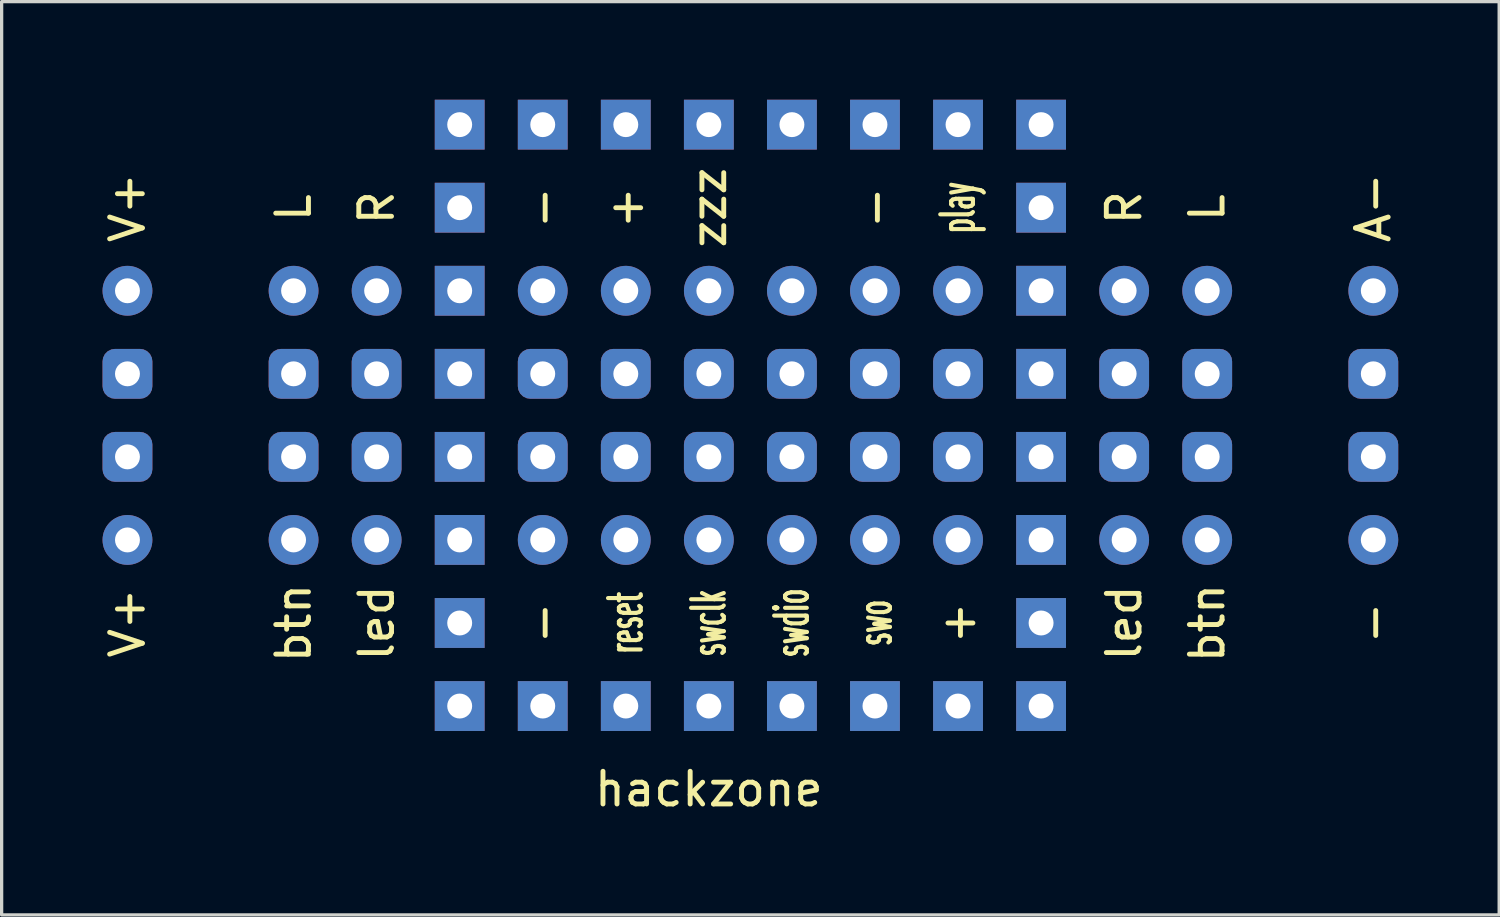
<source format=kicad_pcb>
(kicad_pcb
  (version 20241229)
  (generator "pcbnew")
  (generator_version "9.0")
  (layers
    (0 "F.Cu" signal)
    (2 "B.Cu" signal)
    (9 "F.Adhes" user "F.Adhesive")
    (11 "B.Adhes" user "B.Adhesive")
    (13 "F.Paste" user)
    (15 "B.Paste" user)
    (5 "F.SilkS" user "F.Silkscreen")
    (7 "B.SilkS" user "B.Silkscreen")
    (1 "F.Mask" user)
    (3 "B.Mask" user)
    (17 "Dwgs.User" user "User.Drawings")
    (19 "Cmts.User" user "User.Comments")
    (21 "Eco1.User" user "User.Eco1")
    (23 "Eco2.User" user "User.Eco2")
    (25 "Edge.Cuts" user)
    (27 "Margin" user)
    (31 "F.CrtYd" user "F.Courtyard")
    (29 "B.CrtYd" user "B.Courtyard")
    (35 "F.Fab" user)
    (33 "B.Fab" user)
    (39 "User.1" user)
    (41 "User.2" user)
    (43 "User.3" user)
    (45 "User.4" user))
  (footprint "hackzone"
    (layer "F.Cu")
    (at 19.898 9.652)
    (property "Reference" "hackzone" (at -1.27 11.43 0) (layer "F.SilkS") (effects (font (size 1 1) (thickness 0.15))))
    (attr through_hole)
    (fp_text user "led" (at 11.43 6.35 90) (layer "F.SilkS") (effects (font (size 1 1) (thickness 0.15))))
    (fp_text user "swo" (at 3.81 6.35 90) (layer "F.SilkS") (effects (font (size 1 0.5) (thickness 0.125))))
    (fp_text user "V+" (at -19.05 6.35 90) (layer "F.SilkS") (effects (font (size 1 1) (thickness 0.15))))
    (fp_text user "R" (at 11.43 -6.35 90) (layer "F.SilkS") (effects (font (size 1 1) (thickness 0.15))))
    (fp_text user "led" (at -11.43 6.35 90) (layer "F.SilkS") (effects (font (size 1 1) (thickness 0.15))))
    (fp_text user "-" (at -6.35 6.35 90) (layer "F.SilkS") (effects (font (size 1 1) (thickness 0.15))))
    (fp_text user "+" (at -3.81 -6.35 90) (layer "F.SilkS") (effects (font (size 1 1) (thickness 0.15))))
    (fp_text user "-" (at -6.35 -6.35 90) (layer "F.SilkS") (effects (font (size 1 1) (thickness 0.15))))
    (fp_text user "+" (at 6.35 6.35 90) (layer "F.SilkS") (effects (font (size 1 1) (thickness 0.15))))
    (fp_text user "swdio" (at 1.27 6.35 90) (layer "F.SilkS") (effects (font (size 1 0.5) (thickness 0.125))))
    (fp_text user "L" (at 13.97 -6.35 270) (layer "F.SilkS") (effects (font (size 1 1) (thickness 0.15))))
    (fp_text user "-" (at 3.81 -6.35 90) (layer "F.SilkS") (effects (font (size 1 1) (thickness 0.15))))
    (fp_text user "-" (at 19.05 6.35 90) (layer "F.SilkS") (effects (font (size 1 1) (thickness 0.15))))
    (fp_text user "zzz" (at -1.27 -6.35 90) (layer "F.SilkS") (effects (font (size 1 1) (thickness 0.15))))
    (fp_text user "btn" (at 13.97 6.35 90) (layer "F.SilkS") (effects (font (size 1 1) (thickness 0.15))))
    (fp_text user "btn" (at -13.97 6.35 90) (layer "F.SilkS") (effects (font (size 1 1) (thickness 0.15))))
    (fp_text user "play" (at 6.35 -6.35 90) (layer "F.SilkS") (effects (font (size 1 0.5) (thickness 0.125))))
    (fp_text user "reset" (at -3.81 6.35 90) (layer "F.SilkS") (effects (font (size 1 0.5) (thickness 0.125))))
    (fp_text user "L" (at -13.97 -6.35 90) (layer "F.SilkS") (effects (font (size 1 1) (thickness 0.15))))
    (fp_text user "A-" (at 19.05 -6.35 90) (layer "F.SilkS") (effects (font (size 1 1) (thickness 0.15))))
    (fp_text user "swclk" (at -1.27 6.35 90) (layer "F.SilkS") (effects (font (size 1 0.5) (thickness 0.125))))
    (fp_text user "V+" (at -19.05 -6.35 90) (layer "F.SilkS") (effects (font (size 1 1) (thickness 0.15))))
    (fp_text user "R" (at -11.43 -6.35 90) (layer "F.SilkS") (effects (font (size 1 1) (thickness 0.15))))
    (pad "1" thru_hole roundrect (at -6.35 1.27) (size 1.524 1.524) (drill 0.762) (layers "*.Cu" "*.Mask") (roundrect_rratio 0.25))
    (pad "2" thru_hole roundrect (at -6.35 -1.27) (size 1.524 1.524) (drill 0.762) (layers "*.Cu" "*.Mask") (roundrect_rratio 0.25))
    (pad "3" thru_hole roundrect (at -3.81 1.27) (size 1.524 1.524) (drill 0.762) (layers "*.Cu" "*.Mask") (roundrect_rratio 0.25))
    (pad "4" thru_hole roundrect (at -3.81 -1.27) (size 1.524 1.524) (drill 0.762) (layers "*.Cu" "*.Mask") (roundrect_rratio 0.25))
    (pad "5" thru_hole roundrect (at -1.27 1.27) (size 1.524 1.524) (drill 0.762) (layers "*.Cu" "*.Mask") (roundrect_rratio 0.25))
    (pad "6" thru_hole roundrect (at -1.27 -1.27) (size 1.524 1.524) (drill 0.762) (layers "*.Cu" "*.Mask") (roundrect_rratio 0.25))
    (pad "7" thru_hole roundrect (at 1.27 1.27) (size 1.524 1.524) (drill 0.762) (layers "*.Cu" "*.Mask") (roundrect_rratio 0.25))
    (pad "8" thru_hole roundrect (at 1.27 -1.27) (size 1.524 1.524) (drill 0.762) (layers "*.Cu" "*.Mask") (roundrect_rratio 0.25))
    (pad "9" thru_hole roundrect (at 3.81 1.27) (size 1.524 1.524) (drill 0.762) (layers "*.Cu" "*.Mask") (roundrect_rratio 0.25))
    (pad "10" thru_hole roundrect (at 3.81 -1.27) (size 1.524 1.524) (drill 0.762) (layers "*.Cu" "*.Mask") (roundrect_rratio 0.25))
    (pad "11" thru_hole roundrect (at 6.35 1.27) (size 1.524 1.524) (drill 0.762) (layers "*.Cu" "*.Mask") (roundrect_rratio 0.25))
    (pad "12" thru_hole roundrect (at 6.35 -1.27) (size 1.524 1.524) (drill 0.762) (layers "*.Cu" "*.Mask") (roundrect_rratio 0.25))
    (pad "13" thru_hole roundrect (at -11.43 -1.27) (size 1.524 1.524) (drill 0.762) (layers "*.Cu" "*.Mask") (roundrect_rratio 0.25))
    (pad "14" thru_hole roundrect (at -13.97 -1.27) (size 1.524 1.524) (drill 0.762) (layers "*.Cu" "*.Mask") (roundrect_rratio 0.25))
    (pad "15" thru_hole roundrect (at -11.43 1.27) (size 1.524 1.524) (drill 0.762) (layers "*.Cu" "*.Mask") (roundrect_rratio 0.25))
    (pad "16" thru_hole roundrect (at -13.97 1.27) (size 1.524 1.524) (drill 0.762) (layers "*.Cu" "*.Mask") (roundrect_rratio 0.25))
    (pad "17" thru_hole roundrect (at -19.05 1.27) (size 1.524 1.524) (drill 0.762) (layers "*.Cu" "*.Mask") (roundrect_rratio 0.25))
    (pad "18" thru_hole roundrect (at -19.05 -1.27) (size 1.524 1.524) (drill 0.762) (layers "*.Cu" "*.Mask") (roundrect_rratio 0.25))
    (pad "19" thru_hole roundrect (at 11.43 -1.27) (size 1.524 1.524) (drill 0.762) (layers "*.Cu" "*.Mask") (roundrect_rratio 0.25))
    (pad "20" thru_hole roundrect (at 13.97 -1.27) (size 1.524 1.524) (drill 0.762) (layers "*.Cu" "*.Mask") (roundrect_rratio 0.25))
    (pad "21" thru_hole roundrect (at 13.97 1.27) (size 1.524 1.524) (drill 0.762) (layers "*.Cu" "*.Mask") (roundrect_rratio 0.25))
    (pad "22" thru_hole roundrect (at 11.43 1.27) (size 1.524 1.524) (drill 0.762) (layers "*.Cu" "*.Mask") (roundrect_rratio 0.25))
    (pad "23" thru_hole roundrect (at 19.05 1.27) (size 1.524 1.524) (drill 0.762) (layers "*.Cu" "*.Mask") (roundrect_rratio 0.25))
    (pad "24" thru_hole roundrect (at 19.05 -1.27) (size 1.524 1.524) (drill 0.762) (layers "*.Cu" "*.Mask") (roundrect_rratio 0.25))
    (pad "26" thru_hole circle (at -6.35 3.81) (size 1.524 1.524) (drill 0.762) (layers "*.Cu" "*.Mask"))
    (pad "27" thru_hole circle (at -6.35 -3.81) (size 1.524 1.524) (drill 0.762) (layers "*.Cu" "*.Mask"))
    (pad "28" thru_hole circle (at -3.81 3.81) (size 1.524 1.524) (drill 0.762) (layers "*.Cu" "*.Mask"))
    (pad "29" thru_hole circle (at -3.81 -3.81) (size 1.524 1.524) (drill 0.762) (layers "*.Cu" "*.Mask"))
    (pad "30" thru_hole circle (at -1.27 3.81) (size 1.524 1.524) (drill 0.762) (layers "*.Cu" "*.Mask"))
    (pad "31" thru_hole circle (at -1.27 -3.81) (size 1.524 1.524) (drill 0.762) (layers "*.Cu" "*.Mask"))
    (pad "32" thru_hole circle (at 1.27 3.81) (size 1.524 1.524) (drill 0.762) (layers "*.Cu" "*.Mask"))
    (pad "34" thru_hole circle (at 1.27 -3.81) (size 1.524 1.524) (drill 0.762) (layers "*.Cu" "*.Mask"))
    (pad "35" thru_hole circle (at 3.81 -3.81) (size 1.524 1.524) (drill 0.762) (layers "*.Cu" "*.Mask"))
    (pad "36" thru_hole circle (at 6.35 -3.81) (size 1.524 1.524) (drill 0.762) (layers "*.Cu" "*.Mask"))
    (pad "37" thru_hole circle (at 6.35 3.81) (size 1.524 1.524) (drill 0.762) (layers "*.Cu" "*.Mask"))
    (pad "38" thru_hole circle (at 3.81 3.81) (size 1.524 1.524) (drill 0.762) (layers "*.Cu" "*.Mask"))
    (pad "39" thru_hole circle (at 11.43 3.81) (size 1.524 1.524) (drill 0.762) (layers "*.Cu" "*.Mask"))
    (pad "40" thru_hole circle (at 13.97 3.81) (size 1.524 1.524) (drill 0.762) (layers "*.Cu" "*.Mask"))
    (pad "41" thru_hole circle (at 19.05 3.81) (size 1.524 1.524) (drill 0.762) (layers "*.Cu" "*.Mask"))
    (pad "42" thru_hole circle (at 19.05 -3.81) (size 1.524 1.524) (drill 0.762) (layers "*.Cu" "*.Mask"))
    (pad "43" thru_hole circle (at 13.97 -3.81) (size 1.524 1.524) (drill 0.762) (layers "*.Cu" "*.Mask"))
    (pad "44" thru_hole circle (at 11.43 -3.81) (size 1.524 1.524) (drill 0.762) (layers "*.Cu" "*.Mask"))
    (pad "45" thru_hole circle (at -13.97 3.81) (size 1.524 1.524) (drill 0.762) (layers "*.Cu" "*.Mask"))
    (pad "46" thru_hole circle (at -11.43 3.81) (size 1.524 1.524) (drill 0.762) (layers "*.Cu" "*.Mask"))
    (pad "47" thru_hole circle (at -11.43 -3.81) (size 1.524 1.524) (drill 0.762) (layers "*.Cu" "*.Mask"))
    (pad "48" thru_hole circle (at -13.97 -3.81) (size 1.524 1.524) (drill 0.762) (layers "*.Cu" "*.Mask"))
    (pad "49" thru_hole circle (at -19.05 -3.81) (size 1.524 1.524) (drill 0.762) (layers "*.Cu" "*.Mask"))
    (pad "50" thru_hole circle (at -19.05 3.81) (size 1.524 1.524) (drill 0.762) (layers "*.Cu" "*.Mask"))
    (pad "51" thru_hole rect (at -8.89 -8.89) (size 1.524 1.524) (drill 0.762) (layers "*.Cu" "*.Mask"))
    (pad "52" thru_hole rect (at -8.89 -6.35) (size 1.524 1.524) (drill 0.762) (layers "*.Cu" "*.Mask"))
    (pad "53" thru_hole rect (at -8.89 -3.81) (size 1.524 1.524) (drill 0.762) (layers "*.Cu" "*.Mask"))
    (pad "54" thru_hole rect (at -8.89 -1.27) (size 1.524 1.524) (drill 0.762) (layers "*.Cu" "*.Mask"))
    (pad "55" thru_hole rect (at -8.89 1.27) (size 1.524 1.524) (drill 0.762) (layers "*.Cu" "*.Mask"))
    (pad "56" thru_hole rect (at -8.89 3.81) (size 1.524 1.524) (drill 0.762) (layers "*.Cu" "*.Mask"))
    (pad "57" thru_hole rect (at -8.89 6.35) (size 1.524 1.524) (drill 0.762) (layers "*.Cu" "*.Mask"))
    (pad "58" thru_hole rect (at -8.89 8.89) (size 1.524 1.524) (drill 0.762) (layers "*.Cu" "*.Mask"))
    (pad "59" thru_hole rect (at -6.35 8.89) (size 1.524 1.524) (drill 0.762) (layers "*.Cu" "*.Mask"))
    (pad "60" thru_hole rect (at -3.81 8.89) (size 1.524 1.524) (drill 0.762) (layers "*.Cu" "*.Mask"))
    (pad "61" thru_hole rect (at -1.27 8.89) (size 1.524 1.524) (drill 0.762) (layers "*.Cu" "*.Mask"))
    (pad "62" thru_hole rect (at 1.27 8.89) (size 1.524 1.524) (drill 0.762) (layers "*.Cu" "*.Mask"))
    (pad "63" thru_hole rect (at 3.81 8.89) (size 1.524 1.524) (drill 0.762) (layers "*.Cu" "*.Mask"))
    (pad "64" thru_hole rect (at 6.35 8.89) (size 1.524 1.524) (drill 0.762) (layers "*.Cu" "*.Mask"))
    (pad "65" thru_hole rect (at 8.89 8.89) (size 1.524 1.524) (drill 0.762) (layers "*.Cu" "*.Mask"))
    (pad "66" thru_hole rect (at 8.89 6.35) (size 1.524 1.524) (drill 0.762) (layers "*.Cu" "*.Mask"))
    (pad "67" thru_hole rect (at 8.89 3.81) (size 1.524 1.524) (drill 0.762) (layers "*.Cu" "*.Mask"))
    (pad "68" thru_hole rect (at 8.89 1.27) (size 1.524 1.524) (drill 0.762) (layers "*.Cu" "*.Mask"))
    (pad "69" thru_hole rect (at 8.89 -1.27) (size 1.524 1.524) (drill 0.762) (layers "*.Cu" "*.Mask"))
    (pad "70" thru_hole rect (at 8.89 -3.81) (size 1.524 1.524) (drill 0.762) (layers "*.Cu" "*.Mask"))
    (pad "71" thru_hole rect (at 8.89 -6.35) (size 1.524 1.524) (drill 0.762) (layers "*.Cu" "*.Mask"))
    (pad "72" thru_hole rect (at 8.89 -8.89) (size 1.524 1.524) (drill 0.762) (layers "*.Cu" "*.Mask"))
    (pad "73" thru_hole rect (at 6.35 -8.89) (size 1.524 1.524) (drill 0.762) (layers "*.Cu" "*.Mask"))
    (pad "74" thru_hole rect (at 3.81 -8.89) (size 1.524 1.524) (drill 0.762) (layers "*.Cu" "*.Mask"))
    (pad "75" thru_hole rect (at 1.27 -8.89) (size 1.524 1.524) (drill 0.762) (layers "*.Cu" "*.Mask"))
    (pad "76" thru_hole rect (at -1.27 -8.89) (size 1.524 1.524) (drill 0.762) (layers "*.Cu" "*.Mask"))
    (pad "77" thru_hole rect (at -3.81 -8.89) (size 1.524 1.524) (drill 0.762) (layers "*.Cu" "*.Mask"))
    (pad "78" thru_hole rect (at -6.35 -8.89) (size 1.524 1.524) (drill 0.762) (layers "*.Cu" "*.Mask")))
  (gr_rect
    (start -3 -3)
    (end 42.797 24.93)
    (stroke (width 0.1) (type default))
    (fill no)
    (layer "Edge.Cuts")))
</source>
